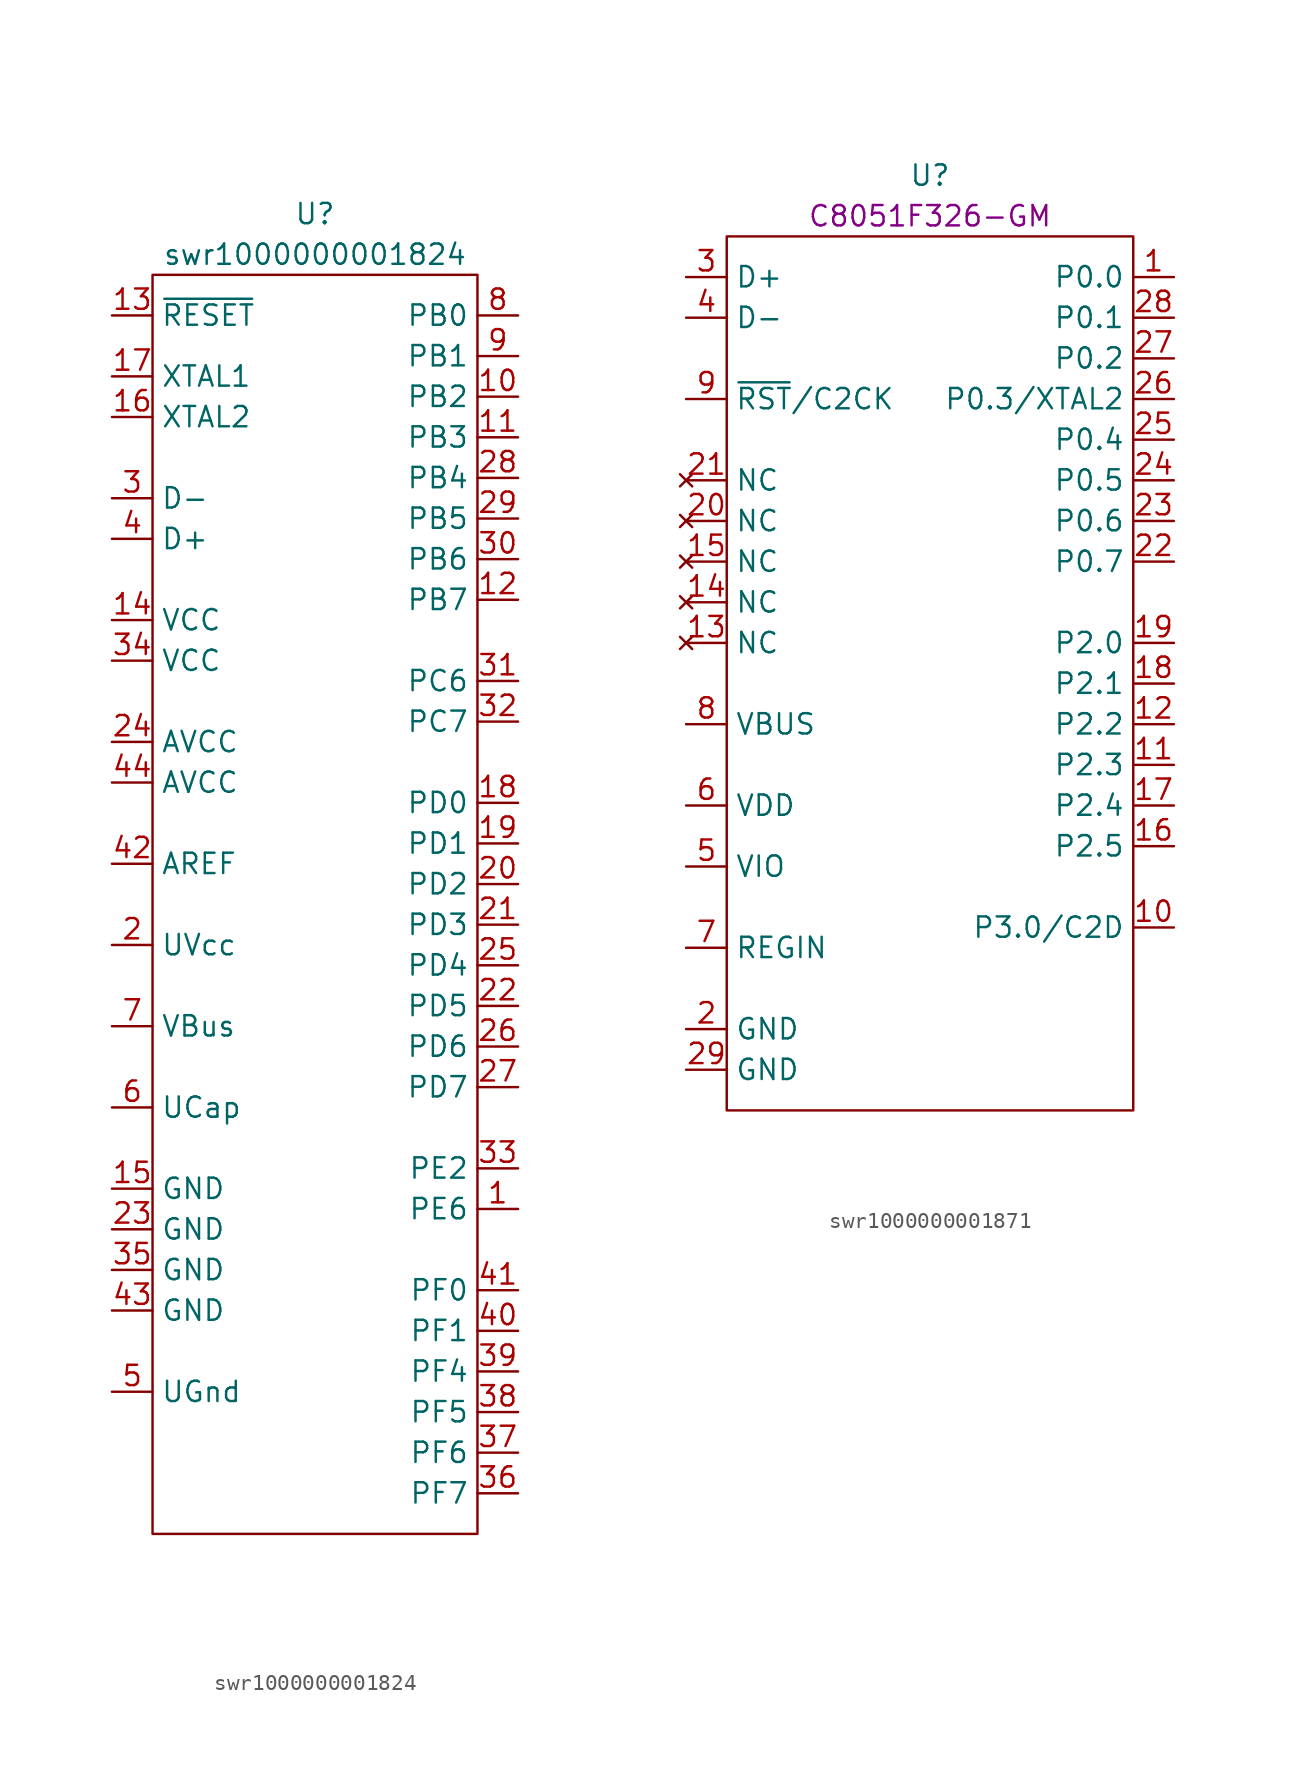
<source format=kicad_sym>
(kicad_symbol_lib
  (version 20211014)
  (generator kicad_symbol_editor)
  (symbol "swr1000000001824"
    (property "Reference" "U"
      (at 0 3.81 0)
      (effects (font (size 1.27 1.27))))
    (property "Value" "swr1000000001824"
      (at 0 1.27 0)
      (effects (font (size 1.27 1.27))))
    (symbol "swr1000000001824_0_0"
      (pin unspecified line (at 12.7 -58.42 180) (length 2.54) (name "PE6" (effects (font (size 1.27 1.27)))) (number "1" (effects (font (size 1.27 1.27)))))
      (pin unspecified line (at 12.7 -7.62 180) (length 2.54) (name "PB2" (effects (font (size 1.27 1.27)))) (number "10" (effects (font (size 1.27 1.27)))))
      (pin unspecified line (at 12.7 -10.16 180) (length 2.54) (name "PB3" (effects (font (size 1.27 1.27)))) (number "11" (effects (font (size 1.27 1.27)))))
      (pin unspecified line (at 12.7 -20.32 180) (length 2.54) (name "PB7" (effects (font (size 1.27 1.27)))) (number "12" (effects (font (size 1.27 1.27)))))
      (pin unspecified line (at -12.7 -2.54 0) (length 2.54) (name "~{RESET}" (effects (font (size 1.27 1.27)))) (number "13" (effects (font (size 1.27 1.27)))))
      (pin unspecified line (at -12.7 -21.59 0) (length 2.54) (name "VCC" (effects (font (size 1.27 1.27)))) (number "14" (effects (font (size 1.27 1.27)))))
      (pin unspecified line (at -12.7 -57.15 0) (length 2.54) (name "GND" (effects (font (size 1.27 1.27)))) (number "15" (effects (font (size 1.27 1.27)))))
      (pin unspecified line (at -12.7 -8.89 0) (length 2.54) (name "XTAL2" (effects (font (size 1.27 1.27)))) (number "16" (effects (font (size 1.27 1.27)))))
      (pin unspecified line (at -12.7 -6.35 0) (length 2.54) (name "XTAL1" (effects (font (size 1.27 1.27)))) (number "17" (effects (font (size 1.27 1.27)))))
      (pin unspecified line (at 12.7 -33.02 180) (length 2.54) (name "PD0" (effects (font (size 1.27 1.27)))) (number "18" (effects (font (size 1.27 1.27)))))
      (pin unspecified line (at 12.7 -35.56 180) (length 2.54) (name "PD1" (effects (font (size 1.27 1.27)))) (number "19" (effects (font (size 1.27 1.27)))))
      (pin unspecified line (at -12.7 -41.91 0) (length 2.54) (name "UVcc" (effects (font (size 1.27 1.27)))) (number "2" (effects (font (size 1.27 1.27)))))
      (pin unspecified line (at 12.7 -38.1 180) (length 2.54) (name "PD2" (effects (font (size 1.27 1.27)))) (number "20" (effects (font (size 1.27 1.27)))))
      (pin unspecified line (at 12.7 -40.64 180) (length 2.54) (name "PD3" (effects (font (size 1.27 1.27)))) (number "21" (effects (font (size 1.27 1.27)))))
      (pin unspecified line (at 12.7 -45.72 180) (length 2.54) (name "PD5" (effects (font (size 1.27 1.27)))) (number "22" (effects (font (size 1.27 1.27)))))
      (pin unspecified line (at -12.7 -59.69 0) (length 2.54) (name "GND" (effects (font (size 1.27 1.27)))) (number "23" (effects (font (size 1.27 1.27)))))
      (pin unspecified line (at -12.7 -29.21 0) (length 2.54) (name "AVCC" (effects (font (size 1.27 1.27)))) (number "24" (effects (font (size 1.27 1.27)))))
      (pin unspecified line (at 12.7 -43.18 180) (length 2.54) (name "PD4" (effects (font (size 1.27 1.27)))) (number "25" (effects (font (size 1.27 1.27)))))
      (pin unspecified line (at 12.7 -48.26 180) (length 2.54) (name "PD6" (effects (font (size 1.27 1.27)))) (number "26" (effects (font (size 1.27 1.27)))))
      (pin unspecified line (at 12.7 -50.8 180) (length 2.54) (name "PD7" (effects (font (size 1.27 1.27)))) (number "27" (effects (font (size 1.27 1.27)))))
      (pin unspecified line (at 12.7 -12.7 180) (length 2.54) (name "PB4" (effects (font (size 1.27 1.27)))) (number "28" (effects (font (size 1.27 1.27)))))
      (pin unspecified line (at 12.7 -15.24 180) (length 2.54) (name "PB5" (effects (font (size 1.27 1.27)))) (number "29" (effects (font (size 1.27 1.27)))))
      (pin unspecified line (at -12.7 -13.97 0) (length 2.54) (name "D-" (effects (font (size 1.27 1.27)))) (number "3" (effects (font (size 1.27 1.27)))))
      (pin unspecified line (at 12.7 -17.78 180) (length 2.54) (name "PB6" (effects (font (size 1.27 1.27)))) (number "30" (effects (font (size 1.27 1.27)))))
      (pin unspecified line (at 12.7 -25.4 180) (length 2.54) (name "PC6" (effects (font (size 1.27 1.27)))) (number "31" (effects (font (size 1.27 1.27)))))
      (pin unspecified line (at 12.7 -27.94 180) (length 2.54) (name "PC7" (effects (font (size 1.27 1.27)))) (number "32" (effects (font (size 1.27 1.27)))))
      (pin unspecified line (at 12.7 -55.88 180) (length 2.54) (name "PE2" (effects (font (size 1.27 1.27)))) (number "33" (effects (font (size 1.27 1.27)))))
      (pin unspecified line (at -12.7 -24.13 0) (length 2.54) (name "VCC" (effects (font (size 1.27 1.27)))) (number "34" (effects (font (size 1.27 1.27)))))
      (pin unspecified line (at -12.7 -62.23 0) (length 2.54) (name "GND" (effects (font (size 1.27 1.27)))) (number "35" (effects (font (size 1.27 1.27)))))
      (pin unspecified line (at 12.7 -76.2 180) (length 2.54) (name "PF7" (effects (font (size 1.27 1.27)))) (number "36" (effects (font (size 1.27 1.27)))))
      (pin unspecified line (at 12.7 -73.66 180) (length 2.54) (name "PF6" (effects (font (size 1.27 1.27)))) (number "37" (effects (font (size 1.27 1.27)))))
      (pin unspecified line (at 12.7 -71.12 180) (length 2.54) (name "PF5" (effects (font (size 1.27 1.27)))) (number "38" (effects (font (size 1.27 1.27)))))
      (pin unspecified line (at 12.7 -68.58 180) (length 2.54) (name "PF4" (effects (font (size 1.27 1.27)))) (number "39" (effects (font (size 1.27 1.27)))))
      (pin unspecified line (at -12.7 -16.51 0) (length 2.54) (name "D+" (effects (font (size 1.27 1.27)))) (number "4" (effects (font (size 1.27 1.27)))))
      (pin unspecified line (at 12.7 -66.04 180) (length 2.54) (name "PF1" (effects (font (size 1.27 1.27)))) (number "40" (effects (font (size 1.27 1.27)))))
      (pin unspecified line (at 12.7 -63.5 180) (length 2.54) (name "PF0" (effects (font (size 1.27 1.27)))) (number "41" (effects (font (size 1.27 1.27)))))
      (pin unspecified line (at -12.7 -36.83 0) (length 2.54) (name "AREF" (effects (font (size 1.27 1.27)))) (number "42" (effects (font (size 1.27 1.27)))))
      (pin unspecified line (at -12.7 -64.77 0) (length 2.54) (name "GND" (effects (font (size 1.27 1.27)))) (number "43" (effects (font (size 1.27 1.27)))))
      (pin unspecified line (at -12.7 -31.75 0) (length 2.54) (name "AVCC" (effects (font (size 1.27 1.27)))) (number "44" (effects (font (size 1.27 1.27)))))
      (pin unspecified line (at -12.7 -69.85 0) (length 2.54) (name "UGnd" (effects (font (size 1.27 1.27)))) (number "5" (effects (font (size 1.27 1.27)))))
      (pin unspecified line (at -12.7 -52.07 0) (length 2.54) (name "UCap" (effects (font (size 1.27 1.27)))) (number "6" (effects (font (size 1.27 1.27)))))
      (pin unspecified line (at -12.7 -46.99 0) (length 2.54) (name "VBus" (effects (font (size 1.27 1.27)))) (number "7" (effects (font (size 1.27 1.27)))))
      (pin unspecified line (at 12.7 -2.54 180) (length 2.54) (name "PB0" (effects (font (size 1.27 1.27)))) (number "8" (effects (font (size 1.27 1.27)))))
      (pin unspecified line (at 12.7 -5.08 180) (length 2.54) (name "PB1" (effects (font (size 1.27 1.27)))) (number "9" (effects (font (size 1.27 1.27))))))
    (symbol "swr1000000001824_0_1"
      (rectangle (start -10.16 0) (end 10.16 -78.74) (stroke (width 0) (type default) (color 0 0 0 0)) (fill (type none)))))
  (symbol "swr1000000001871"
    (property "Reference" "U"
      (at 0 3.81 0)
      (effects (font (size 1.27 1.27))))
    (property "PartValue" "C8051F326-GM"
      (at 0 1.27 0)
      (effects (font (size 1.27 1.27))))
    (symbol "swr1000000001871_0_0"
      (pin bidirectional line (at 15.24 -2.54 180) (length 2.54) (name "P0.0" (effects (font (size 1.27 1.27)))) (number "1" (effects (font (size 1.27 1.27)))))
      (pin bidirectional line (at 15.24 -43.18 180) (length 2.54) (name "P3.0/C2D" (effects (font (size 1.27 1.27)))) (number "10" (effects (font (size 1.27 1.27)))))
      (pin bidirectional line (at 15.24 -33.02 180) (length 2.54) (name "P2.3" (effects (font (size 1.27 1.27)))) (number "11" (effects (font (size 1.27 1.27)))))
      (pin bidirectional line (at 15.24 -30.48 180) (length 2.54) (name "P2.2" (effects (font (size 1.27 1.27)))) (number "12" (effects (font (size 1.27 1.27)))))
      (pin no_connect line (at -15.24 -25.4 0) (length 2.54) (name "NC" (effects (font (size 1.27 1.27)))) (number "13" (effects (font (size 1.27 1.27)))))
      (pin no_connect line (at -15.24 -22.86 0) (length 2.54) (name "NC" (effects (font (size 1.27 1.27)))) (number "14" (effects (font (size 1.27 1.27)))))
      (pin no_connect line (at -15.24 -20.32 0) (length 2.54) (name "NC" (effects (font (size 1.27 1.27)))) (number "15" (effects (font (size 1.27 1.27)))))
      (pin bidirectional line (at 15.24 -38.1 180) (length 2.54) (name "P2.5" (effects (font (size 1.27 1.27)))) (number "16" (effects (font (size 1.27 1.27)))))
      (pin bidirectional line (at 15.24 -35.56 180) (length 2.54) (name "P2.4" (effects (font (size 1.27 1.27)))) (number "17" (effects (font (size 1.27 1.27)))))
      (pin bidirectional line (at 15.24 -27.94 180) (length 2.54) (name "P2.1" (effects (font (size 1.27 1.27)))) (number "18" (effects (font (size 1.27 1.27)))))
      (pin bidirectional line (at 15.24 -25.4 180) (length 2.54) (name "P2.0" (effects (font (size 1.27 1.27)))) (number "19" (effects (font (size 1.27 1.27)))))
      (pin power_in line (at -15.24 -49.53 0) (length 2.54) (name "GND" (effects (font (size 1.27 1.27)))) (number "2" (effects (font (size 1.27 1.27)))))
      (pin no_connect line (at -15.24 -17.78 0) (length 2.54) (name "NC" (effects (font (size 1.27 1.27)))) (number "20" (effects (font (size 1.27 1.27)))))
      (pin no_connect line (at -15.24 -15.24 0) (length 2.54) (name "NC" (effects (font (size 1.27 1.27)))) (number "21" (effects (font (size 1.27 1.27)))))
      (pin bidirectional line (at 15.24 -20.32 180) (length 2.54) (name "P0.7" (effects (font (size 1.27 1.27)))) (number "22" (effects (font (size 1.27 1.27)))))
      (pin bidirectional line (at 15.24 -17.78 180) (length 2.54) (name "P0.6" (effects (font (size 1.27 1.27)))) (number "23" (effects (font (size 1.27 1.27)))))
      (pin bidirectional line (at 15.24 -15.24 180) (length 2.54) (name "P0.5" (effects (font (size 1.27 1.27)))) (number "24" (effects (font (size 1.27 1.27)))))
      (pin bidirectional line (at 15.24 -12.7 180) (length 2.54) (name "P0.4" (effects (font (size 1.27 1.27)))) (number "25" (effects (font (size 1.27 1.27)))))
      (pin bidirectional line (at 15.24 -10.16 180) (length 2.54) (name "P0.3/XTAL2" (effects (font (size 1.27 1.27)))) (number "26" (effects (font (size 1.27 1.27)))))
      (pin bidirectional line (at 15.24 -7.62 180) (length 2.54) (name "P0.2" (effects (font (size 1.27 1.27)))) (number "27" (effects (font (size 1.27 1.27)))))
      (pin bidirectional line (at 15.24 -5.08 180) (length 2.54) (name "P0.1" (effects (font (size 1.27 1.27)))) (number "28" (effects (font (size 1.27 1.27)))))
      (pin power_in line (at -15.24 -52.07 0) (length 2.54) (name "GND" (effects (font (size 1.27 1.27)))) (number "29" (effects (font (size 1.27 1.27)))))
      (pin bidirectional line (at -15.24 -2.54 0) (length 2.54) (name "D+" (effects (font (size 1.27 1.27)))) (number "3" (effects (font (size 1.27 1.27)))))
      (pin bidirectional line (at -15.24 -5.08 0) (length 2.54) (name "D-" (effects (font (size 1.27 1.27)))) (number "4" (effects (font (size 1.27 1.27)))))
      (pin power_in line (at -15.24 -39.37 0) (length 2.54) (name "VIO" (effects (font (size 1.27 1.27)))) (number "5" (effects (font (size 1.27 1.27)))))
      (pin bidirectional line (at -15.24 -35.56 0) (length 2.54) (name "VDD" (effects (font (size 1.27 1.27)))) (number "6" (effects (font (size 1.27 1.27)))))
      (pin power_in line (at -15.24 -44.45 0) (length 2.54) (name "REGIN" (effects (font (size 1.27 1.27)))) (number "7" (effects (font (size 1.27 1.27)))))
      (pin power_in line (at -15.24 -30.48 0) (length 2.54) (name "VBUS" (effects (font (size 1.27 1.27)))) (number "8" (effects (font (size 1.27 1.27)))))
      (pin bidirectional line (at -15.24 -10.16 0) (length 2.54) (name "~{RST}/C2CK" (effects (font (size 1.27 1.27)))) (number "9" (effects (font (size 1.27 1.27))))))
    (symbol "swr1000000001871_0_1"
      (rectangle (start 12.7 0) (end -12.7 -54.61) (stroke (width 0) (type default) (color 0 0 0 0)) (fill (type none))))))
</source>
